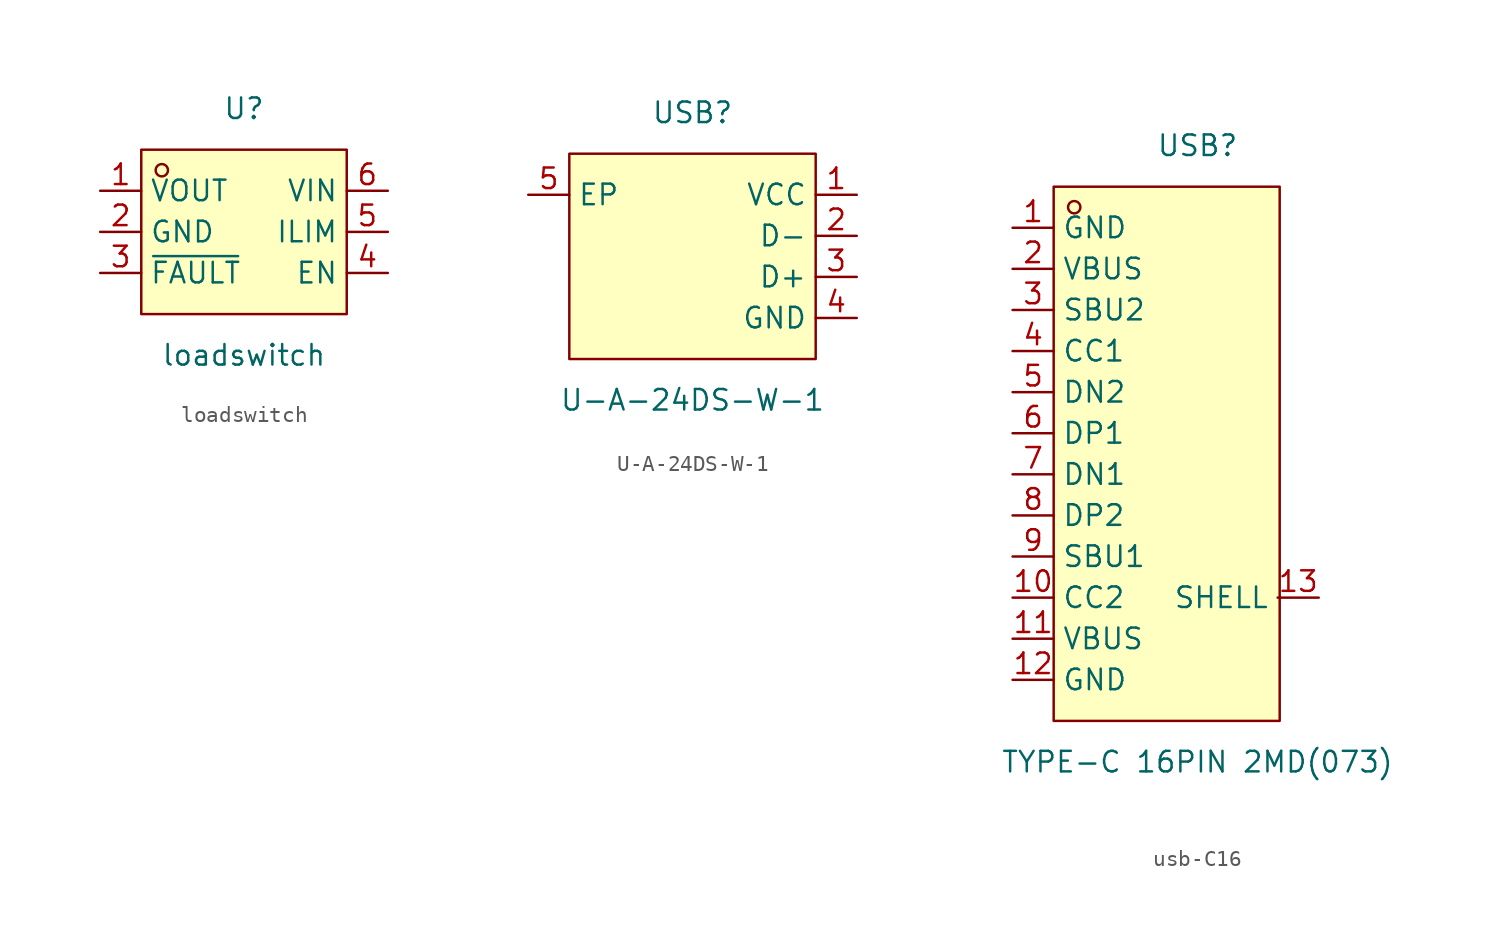
<source format=kicad_sym>
(kicad_symbol_lib
  (version 20220914)
  (generator kicad_symbol_editor)
  (symbol "loadswitch"
    (property "Reference" "U"
      (at 0 7.62 0)
      (effects (font (size 1.27 1.27))))
    (property "Value" "loadswitch"
      (at 0 -7.62 0)
      (effects (font (size 1.27 1.27))))
    (symbol "loadswitch_0_1"
      (rectangle (start -6.35 5.08) (end 6.35 -5.08) (stroke (width 0) (type default)) (fill (type background)))
      (circle (center -5.08 3.81) (radius 0.38) (stroke (width 0) (type default)) (fill (type none)))
      (pin unspecified line (at -8.89 0 0) (length 2.54) (name "GND" (effects (font (size 1.27 1.27)))) (number "2" (effects (font (size 1.27 1.27)))))
      (pin unspecified line (at 8.89 -2.54 180) (length 2.54) (name "EN" (effects (font (size 1.27 1.27)))) (number "4" (effects (font (size 1.27 1.27))))))
    (symbol "loadswitch_1_1"
      (pin unspecified line (at -8.89 2.54 0) (length 2.54) (name "VOUT" (effects (font (size 1.27 1.27)))) (number "1" (effects (font (size 1.27 1.27)))))
      (pin unspecified line (at -8.89 -2.54 0) (length 2.54) (name "~{FAULT}" (effects (font (size 1.27 1.27)))) (number "3" (effects (font (size 1.27 1.27)))))
      (pin unspecified line (at 8.89 0 180) (length 2.54) (name "ILIM" (effects (font (size 1.27 1.27)))) (number "5" (effects (font (size 1.27 1.27)))))
      (pin unspecified line (at 8.89 2.54 180) (length 2.54) (name "VIN" (effects (font (size 1.27 1.27)))) (number "6" (effects (font (size 1.27 1.27)))))))
  (symbol "U-A-24DS-W-1"
    (property "Reference" "USB"
      (at 0 7.62 0)
      (effects (font (size 1.27 1.27))))
    (property "Value" "U-A-24DS-W-1"
      (at 0 -10.16 0)
      (effects (font (size 1.27 1.27))))
    (symbol "U-A-24DS-W-1_0_1"
      (rectangle (start -7.62 5.08) (end 7.62 -7.62) (stroke (width 0) (type default)) (fill (type background)))
      (pin input line (at 10.16 2.54 180) (length 2.54) (name "VCC" (effects (font (size 1.27 1.27)))) (number "1" (effects (font (size 1.27 1.27)))))
      (pin input line (at 10.16 0 180) (length 2.54) (name "D-" (effects (font (size 1.27 1.27)))) (number "2" (effects (font (size 1.27 1.27)))))
      (pin input line (at 10.16 -2.54 180) (length 2.54) (name "D+" (effects (font (size 1.27 1.27)))) (number "3" (effects (font (size 1.27 1.27)))))
      (pin input line (at 10.16 -5.08 180) (length 2.54) (name "GND" (effects (font (size 1.27 1.27)))) (number "4" (effects (font (size 1.27 1.27)))))
      (pin unspecified line (at -10.16 2.54 0) (length 2.54) (name "EP" (effects (font (size 1.27 1.27)))) (number "5" (effects (font (size 1.27 1.27)))))))
  (symbol "usb-C16"
    (property "Reference" "USB"
      (at 0 19.05 0)
      (effects (font (size 1.27 1.27))))
    (property "Value" "TYPE-C 16PIN 2MD(073)"
      (at 0 -19.05 0)
      (effects (font (size 1.27 1.27))))
    (symbol "usb-C16_0_1"
      (rectangle (start -8.89 16.51) (end 5.08 -16.51) (stroke (width 0) (type default)) (fill (type background)))
      (circle (center -7.62 15.24) (radius 0.38) (stroke (width 0) (type default)) (fill (type none)))
      (pin unspecified line (at -11.43 13.97 0) (length 2.54) (name "GND" (effects (font (size 1.27 1.27)))) (number "1" (effects (font (size 1.27 1.27)))))
      (pin unspecified line (at -11.43 -8.89 0) (length 2.54) (name "CC2" (effects (font (size 1.27 1.27)))) (number "10" (effects (font (size 1.27 1.27)))))
      (pin unspecified line (at -11.43 -11.43 0) (length 2.54) (name "VBUS" (effects (font (size 1.27 1.27)))) (number "11" (effects (font (size 1.27 1.27)))))
      (pin unspecified line (at -11.43 -13.97 0) (length 2.54) (name "GND" (effects (font (size 1.27 1.27)))) (number "12" (effects (font (size 1.27 1.27)))))
      (pin unspecified line (at -11.43 11.43 0) (length 2.54) (name "VBUS" (effects (font (size 1.27 1.27)))) (number "2" (effects (font (size 1.27 1.27)))))
      (pin unspecified line (at -11.43 8.89 0) (length 2.54) (name "SBU2" (effects (font (size 1.27 1.27)))) (number "3" (effects (font (size 1.27 1.27)))))
      (pin unspecified line (at -11.43 6.35 0) (length 2.54) (name "CC1" (effects (font (size 1.27 1.27)))) (number "4" (effects (font (size 1.27 1.27)))))
      (pin unspecified line (at -11.43 3.81 0) (length 2.54) (name "DN2" (effects (font (size 1.27 1.27)))) (number "5" (effects (font (size 1.27 1.27)))))
      (pin unspecified line (at -11.43 1.27 0) (length 2.54) (name "DP1" (effects (font (size 1.27 1.27)))) (number "6" (effects (font (size 1.27 1.27)))))
      (pin unspecified line (at -11.43 -1.27 0) (length 2.54) (name "DN1" (effects (font (size 1.27 1.27)))) (number "7" (effects (font (size 1.27 1.27)))))
      (pin unspecified line (at -11.43 -3.81 0) (length 2.54) (name "DP2" (effects (font (size 1.27 1.27)))) (number "8" (effects (font (size 1.27 1.27)))))
      (pin unspecified line (at -11.43 -6.35 0) (length 2.54) (name "SBU1" (effects (font (size 1.27 1.27)))) (number "9" (effects (font (size 1.27 1.27))))))
    (symbol "usb-C16_1_1"
      (pin unspecified line (at 7.493 -8.89 180) (length 2.54) (name "SHELL" (effects (font (size 1.27 1.27)))) (number "13" (effects (font (size 1.27 1.27))))))))
</source>
